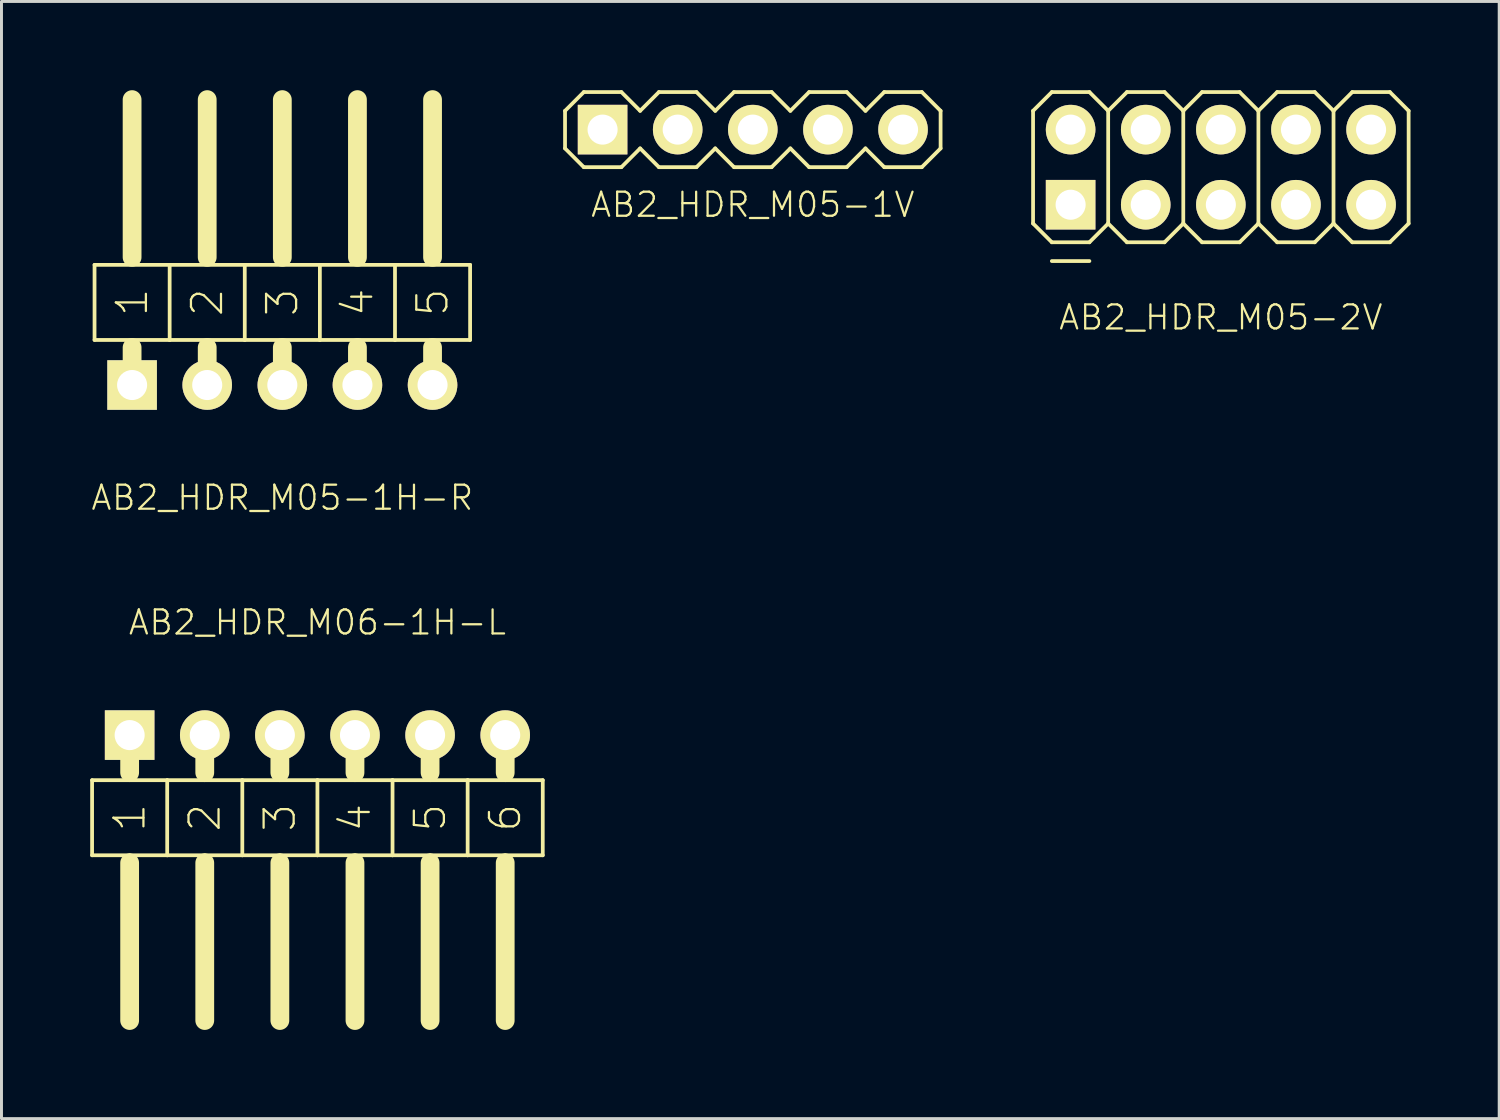
<source format=kicad_pcb>
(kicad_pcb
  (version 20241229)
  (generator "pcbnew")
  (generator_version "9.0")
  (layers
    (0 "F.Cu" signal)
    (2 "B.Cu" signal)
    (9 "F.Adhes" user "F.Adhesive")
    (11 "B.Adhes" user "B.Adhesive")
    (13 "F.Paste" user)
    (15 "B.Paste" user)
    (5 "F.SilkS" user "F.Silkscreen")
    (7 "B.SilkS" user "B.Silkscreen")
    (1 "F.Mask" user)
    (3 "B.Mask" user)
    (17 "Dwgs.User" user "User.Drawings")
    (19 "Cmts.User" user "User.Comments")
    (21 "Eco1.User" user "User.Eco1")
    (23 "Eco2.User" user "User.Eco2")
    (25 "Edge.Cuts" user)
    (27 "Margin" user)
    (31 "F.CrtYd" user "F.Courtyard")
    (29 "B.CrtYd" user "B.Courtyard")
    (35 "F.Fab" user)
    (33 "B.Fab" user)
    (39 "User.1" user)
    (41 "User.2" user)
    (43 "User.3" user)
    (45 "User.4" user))
  (footprint "AB2_HDR_M05-1V"
    (layer "F.Cu")
    (at 22.407 1.333)
    (property "Reference" "AB2_HDR_M05-1V" (at 0 2.54 0) (layer "F.SilkS") (effects (font (size 0.813 0.813) (thickness 0.076))))
    (attr through_hole)
    (fp_line (start -6.35 -0.635) (end -5.715 -1.27) (stroke (width 0.127) (type solid)) (layer "F.SilkS"))
    (fp_line (start -6.35 0.635) (end -6.35 -0.635) (stroke (width 0.127) (type solid)) (layer "F.SilkS"))
    (fp_line (start -5.715 -1.27) (end -4.445 -1.27) (stroke (width 0.127) (type solid)) (layer "F.SilkS"))
    (fp_line (start -5.715 1.27) (end -6.35 0.635) (stroke (width 0.127) (type solid)) (layer "F.SilkS"))
    (fp_line (start -4.445 -1.27) (end -3.81 -0.635) (stroke (width 0.127) (type solid)) (layer "F.SilkS"))
    (fp_line (start -4.445 1.27) (end -5.715 1.27) (stroke (width 0.127) (type solid)) (layer "F.SilkS"))
    (fp_line (start -3.81 -0.635) (end -3.175 -1.27) (stroke (width 0.127) (type solid)) (layer "F.SilkS"))
    (fp_line (start -3.81 0.635) (end -4.445 1.27) (stroke (width 0.127) (type solid)) (layer "F.SilkS"))
    (fp_line (start -3.175 -1.27) (end -1.905 -1.27) (stroke (width 0.127) (type solid)) (layer "F.SilkS"))
    (fp_line (start -3.175 1.27) (end -3.81 0.635) (stroke (width 0.127) (type solid)) (layer "F.SilkS"))
    (fp_line (start -1.905 -1.27) (end -1.27 -0.635) (stroke (width 0.127) (type solid)) (layer "F.SilkS"))
    (fp_line (start -1.905 1.27) (end -3.175 1.27) (stroke (width 0.127) (type solid)) (layer "F.SilkS"))
    (fp_line (start -1.27 -0.635) (end -0.635 -1.27) (stroke (width 0.127) (type solid)) (layer "F.SilkS"))
    (fp_line (start -1.27 0.635) (end -1.905 1.27) (stroke (width 0.127) (type solid)) (layer "F.SilkS"))
    (fp_line (start -0.635 -1.27) (end 0.635 -1.27) (stroke (width 0.127) (type solid)) (layer "F.SilkS"))
    (fp_line (start -0.635 1.27) (end -1.27 0.635) (stroke (width 0.127) (type solid)) (layer "F.SilkS"))
    (fp_line (start 0.635 -1.27) (end 1.27 -0.635) (stroke (width 0.127) (type solid)) (layer "F.SilkS"))
    (fp_line (start 0.635 1.27) (end -0.635 1.27) (stroke (width 0.127) (type solid)) (layer "F.SilkS"))
    (fp_line (start 1.27 -0.635) (end 1.905 -1.27) (stroke (width 0.127) (type solid)) (layer "F.SilkS"))
    (fp_line (start 1.27 0.635) (end 0.635 1.27) (stroke (width 0.127) (type solid)) (layer "F.SilkS"))
    (fp_line (start 1.905 -1.27) (end 3.175 -1.27) (stroke (width 0.127) (type solid)) (layer "F.SilkS"))
    (fp_line (start 1.905 1.27) (end 1.27 0.635) (stroke (width 0.127) (type solid)) (layer "F.SilkS"))
    (fp_line (start 3.175 -1.27) (end 3.81 -0.635) (stroke (width 0.127) (type solid)) (layer "F.SilkS"))
    (fp_line (start 3.175 1.27) (end 1.905 1.27) (stroke (width 0.127) (type solid)) (layer "F.SilkS"))
    (fp_line (start 3.81 -0.635) (end 4.445 -1.27) (stroke (width 0.127) (type solid)) (layer "F.SilkS"))
    (fp_line (start 3.81 0.635) (end 3.175 1.27) (stroke (width 0.127) (type solid)) (layer "F.SilkS"))
    (fp_line (start 4.445 -1.27) (end 5.715 -1.27) (stroke (width 0.127) (type solid)) (layer "F.SilkS"))
    (fp_line (start 4.445 1.27) (end 3.81 0.635) (stroke (width 0.127) (type solid)) (layer "F.SilkS"))
    (fp_line (start 5.715 -1.27) (end 6.35 -0.635) (stroke (width 0.127) (type solid)) (layer "F.SilkS"))
    (fp_line (start 5.715 1.27) (end 4.445 1.27) (stroke (width 0.127) (type solid)) (layer "F.SilkS"))
    (fp_line (start 6.35 -0.635) (end 6.35 0.635) (stroke (width 0.127) (type solid)) (layer "F.SilkS"))
    (fp_line (start 6.35 0.635) (end 5.715 1.27) (stroke (width 0.127) (type solid)) (layer "F.SilkS"))
    (pad "1" thru_hole rect (at -5.08 0) (size 1.676 1.676) (drill 1.016) (layers "*.Cu" "*.Mask" "F.SilkS"))
    (pad "2" thru_hole circle (at -2.54 0) (size 1.676 1.676) (drill 1.016) (layers "*.Cu" "*.Mask" "F.SilkS"))
    (pad "3" thru_hole circle (at 0 0) (size 1.676 1.676) (drill 1.016) (layers "*.Cu" "*.Mask" "F.SilkS"))
    (pad "4" thru_hole circle (at 2.54 0) (size 1.676 1.676) (drill 1.016) (layers "*.Cu" "*.Mask" "F.SilkS"))
    (pad "5" thru_hole circle (at 5.08 0) (size 1.676 1.676) (drill 1.016) (layers "*.Cu" "*.Mask" "F.SilkS")))
  (footprint "AB2_HDR_M05-2V"
    (layer "F.Cu")
    (at 38.234 2.603)
    (property "Reference" "AB2_HDR_M05-2V" (at 0 5.08 0) (layer "F.SilkS") (effects (font (size 0.813 0.813) (thickness 0.076))))
    (attr through_hole)
    (fp_line (start -6.35 -1.905) (end -5.715 -2.54) (stroke (width 0.127) (type solid)) (layer "F.SilkS"))
    (fp_line (start -6.35 1.905) (end -6.35 -1.905) (stroke (width 0.127) (type solid)) (layer "F.SilkS"))
    (fp_line (start -5.715 -2.54) (end -4.445 -2.54) (stroke (width 0.127) (type solid)) (layer "F.SilkS"))
    (fp_line (start -5.715 2.54) (end -6.35 1.905) (stroke (width 0.127) (type solid)) (layer "F.SilkS"))
    (fp_line (start -5.715 3.175) (end -4.445 3.175) (stroke (width 0.127) (type solid)) (layer "F.SilkS"))
    (fp_line (start -4.445 -2.54) (end -3.81 -1.905) (stroke (width 0.127) (type solid)) (layer "F.SilkS"))
    (fp_line (start -4.445 2.54) (end -5.715 2.54) (stroke (width 0.127) (type solid)) (layer "F.SilkS"))
    (fp_line (start -3.81 -1.905) (end -3.81 1.905) (stroke (width 0.127) (type solid)) (layer "F.SilkS"))
    (fp_line (start -3.81 -1.905) (end -3.175 -2.54) (stroke (width 0.127) (type solid)) (layer "F.SilkS"))
    (fp_line (start -3.81 1.905) (end -4.445 2.54) (stroke (width 0.127) (type solid)) (layer "F.SilkS"))
    (fp_line (start -3.175 -2.54) (end -1.905 -2.54) (stroke (width 0.127) (type solid)) (layer "F.SilkS"))
    (fp_line (start -3.175 2.54) (end -3.81 1.905) (stroke (width 0.127) (type solid)) (layer "F.SilkS"))
    (fp_line (start -1.905 -2.54) (end -1.27 -1.905) (stroke (width 0.127) (type solid)) (layer "F.SilkS"))
    (fp_line (start -1.905 2.54) (end -3.175 2.54) (stroke (width 0.127) (type solid)) (layer "F.SilkS"))
    (fp_line (start -1.27 -1.905) (end -1.27 1.905) (stroke (width 0.127) (type solid)) (layer "F.SilkS"))
    (fp_line (start -1.27 -1.905) (end -0.635 -2.54) (stroke (width 0.127) (type solid)) (layer "F.SilkS"))
    (fp_line (start -1.27 1.905) (end -1.905 2.54) (stroke (width 0.127) (type solid)) (layer "F.SilkS"))
    (fp_line (start -0.635 -2.54) (end 0.635 -2.54) (stroke (width 0.127) (type solid)) (layer "F.SilkS"))
    (fp_line (start -0.635 2.54) (end -1.27 1.905) (stroke (width 0.127) (type solid)) (layer "F.SilkS"))
    (fp_line (start 0.635 -2.54) (end 1.27 -1.905) (stroke (width 0.127) (type solid)) (layer "F.SilkS"))
    (fp_line (start 0.635 2.54) (end -0.635 2.54) (stroke (width 0.127) (type solid)) (layer "F.SilkS"))
    (fp_line (start 1.27 -1.905) (end 1.27 1.905) (stroke (width 0.127) (type solid)) (layer "F.SilkS"))
    (fp_line (start 1.27 -1.905) (end 1.905 -2.54) (stroke (width 0.127) (type solid)) (layer "F.SilkS"))
    (fp_line (start 1.27 1.905) (end 0.635 2.54) (stroke (width 0.127) (type solid)) (layer "F.SilkS"))
    (fp_line (start 1.905 -2.54) (end 3.175 -2.54) (stroke (width 0.127) (type solid)) (layer "F.SilkS"))
    (fp_line (start 1.905 2.54) (end 1.27 1.905) (stroke (width 0.127) (type solid)) (layer "F.SilkS"))
    (fp_line (start 3.175 -2.54) (end 3.81 -1.905) (stroke (width 0.127) (type solid)) (layer "F.SilkS"))
    (fp_line (start 3.175 2.54) (end 1.905 2.54) (stroke (width 0.127) (type solid)) (layer "F.SilkS"))
    (fp_line (start 3.81 -1.905) (end 3.81 1.905) (stroke (width 0.127) (type solid)) (layer "F.SilkS"))
    (fp_line (start 3.81 -1.905) (end 4.445 -2.54) (stroke (width 0.127) (type solid)) (layer "F.SilkS"))
    (fp_line (start 3.81 1.905) (end 3.175 2.54) (stroke (width 0.127) (type solid)) (layer "F.SilkS"))
    (fp_line (start 4.445 -2.54) (end 5.715 -2.54) (stroke (width 0.127) (type solid)) (layer "F.SilkS"))
    (fp_line (start 4.445 2.54) (end 3.81 1.905) (stroke (width 0.127) (type solid)) (layer "F.SilkS"))
    (fp_line (start 5.715 -2.54) (end 6.35 -1.905) (stroke (width 0.127) (type solid)) (layer "F.SilkS"))
    (fp_line (start 5.715 2.54) (end 4.445 2.54) (stroke (width 0.127) (type solid)) (layer "F.SilkS"))
    (fp_line (start 6.35 -1.905) (end 6.35 1.905) (stroke (width 0.127) (type solid)) (layer "F.SilkS"))
    (fp_line (start 6.35 1.905) (end 5.715 2.54) (stroke (width 0.127) (type solid)) (layer "F.SilkS"))
    (pad "1" thru_hole rect (at -5.08 1.27) (size 1.676 1.676) (drill 1.016) (layers "*.Cu" "*.Mask" "F.SilkS"))
    (pad "2" thru_hole circle (at -5.08 -1.27) (size 1.676 1.676) (drill 1.016) (layers "*.Cu" "*.Mask" "F.SilkS"))
    (pad "3" thru_hole circle (at -2.54 1.27) (size 1.676 1.676) (drill 1.016) (layers "*.Cu" "*.Mask" "F.SilkS"))
    (pad "4" thru_hole circle (at -2.54 -1.27) (size 1.676 1.676) (drill 1.016) (layers "*.Cu" "*.Mask" "F.SilkS"))
    (pad "5" thru_hole circle (at 0 1.27) (size 1.676 1.676) (drill 1.016) (layers "*.Cu" "*.Mask" "F.SilkS"))
    (pad "6" thru_hole circle (at 0 -1.27) (size 1.676 1.676) (drill 1.016) (layers "*.Cu" "*.Mask" "F.SilkS"))
    (pad "7" thru_hole circle (at 2.54 1.27) (size 1.676 1.676) (drill 1.016) (layers "*.Cu" "*.Mask" "F.SilkS"))
    (pad "8" thru_hole circle (at 2.54 -1.27) (size 1.676 1.676) (drill 1.016) (layers "*.Cu" "*.Mask" "F.SilkS"))
    (pad "9" thru_hole circle (at 5.08 1.27) (size 1.676 1.676) (drill 1.016) (layers "*.Cu" "*.Mask" "F.SilkS"))
    (pad "10" thru_hole circle (at 5.08 -1.27) (size 1.676 1.676) (drill 1.016) (layers "*.Cu" "*.Mask" "F.SilkS")))
  (footprint "AB2_HDR_M05-1H-R"
    (layer "F.Cu")
    (at 6.497 9.97)
    (property "Reference" "AB2_HDR_M05-1H-R" (at 0 3.81 0) (layer "F.SilkS") (effects (font (size 0.813 0.813) (thickness 0.076))))
    (attr through_hole)
    (fp_line (start -6.35 -4.064) (end -6.35 -1.524) (stroke (width 0.127) (type solid)) (layer "F.SilkS"))
    (fp_line (start -6.35 -1.524) (end -5.08 -1.524) (stroke (width 0.127) (type solid)) (layer "F.SilkS"))
    (fp_line (start -5.08 -4.318) (end -5.08 -9.652) (stroke (width 0.635) (type solid)) (layer "F.SilkS"))
    (fp_line (start -5.08 -1.524) (end -3.81 -1.524) (stroke (width 0.127) (type solid)) (layer "F.SilkS"))
    (fp_line (start -5.08 -1.27) (end -5.08 0) (stroke (width 0.635) (type solid)) (layer "F.SilkS"))
    (fp_line (start -3.81 -4.064) (end -6.35 -4.064) (stroke (width 0.127) (type solid)) (layer "F.SilkS"))
    (fp_line (start -3.81 -1.524) (end -3.81 -4.064) (stroke (width 0.127) (type solid)) (layer "F.SilkS"))
    (fp_line (start -3.81 -1.524) (end -2.54 -1.524) (stroke (width 0.127) (type solid)) (layer "F.SilkS"))
    (fp_line (start -2.54 -4.318) (end -2.54 -9.652) (stroke (width 0.635) (type solid)) (layer "F.SilkS"))
    (fp_line (start -2.54 -1.524) (end -1.27 -1.524) (stroke (width 0.127) (type solid)) (layer "F.SilkS"))
    (fp_line (start -2.54 -1.27) (end -2.54 0) (stroke (width 0.635) (type solid)) (layer "F.SilkS"))
    (fp_line (start -1.27 -4.064) (end -3.81 -4.064) (stroke (width 0.127) (type solid)) (layer "F.SilkS"))
    (fp_line (start -1.27 -1.524) (end -1.27 -4.064) (stroke (width 0.127) (type solid)) (layer "F.SilkS"))
    (fp_line (start -1.27 -1.524) (end 0 -1.524) (stroke (width 0.127) (type solid)) (layer "F.SilkS"))
    (fp_line (start 0 -4.318) (end 0 -9.652) (stroke (width 0.635) (type solid)) (layer "F.SilkS"))
    (fp_line (start 0 -1.524) (end 1.27 -1.524) (stroke (width 0.127) (type solid)) (layer "F.SilkS"))
    (fp_line (start 0 -1.27) (end 0 0) (stroke (width 0.635) (type solid)) (layer "F.SilkS"))
    (fp_line (start 1.27 -4.064) (end -1.27 -4.064) (stroke (width 0.127) (type solid)) (layer "F.SilkS"))
    (fp_line (start 1.27 -1.524) (end 1.27 -4.064) (stroke (width 0.127) (type solid)) (layer "F.SilkS"))
    (fp_line (start 1.27 -1.524) (end 2.54 -1.524) (stroke (width 0.127) (type solid)) (layer "F.SilkS"))
    (fp_line (start 2.54 -4.318) (end 2.54 -9.652) (stroke (width 0.635) (type solid)) (layer "F.SilkS"))
    (fp_line (start 2.54 -1.524) (end 3.81 -1.524) (stroke (width 0.127) (type solid)) (layer "F.SilkS"))
    (fp_line (start 2.54 -1.27) (end 2.54 0) (stroke (width 0.635) (type solid)) (layer "F.SilkS"))
    (fp_line (start 3.81 -4.064) (end 1.27 -4.064) (stroke (width 0.127) (type solid)) (layer "F.SilkS"))
    (fp_line (start 3.81 -1.524) (end 3.81 -4.064) (stroke (width 0.127) (type solid)) (layer "F.SilkS"))
    (fp_line (start 3.81 -1.524) (end 5.08 -1.524) (stroke (width 0.127) (type solid)) (layer "F.SilkS"))
    (fp_line (start 5.08 -4.318) (end 5.08 -9.652) (stroke (width 0.635) (type solid)) (layer "F.SilkS"))
    (fp_line (start 5.08 -1.524) (end 6.35 -1.524) (stroke (width 0.127) (type solid)) (layer "F.SilkS"))
    (fp_line (start 5.08 -1.27) (end 5.08 0) (stroke (width 0.635) (type solid)) (layer "F.SilkS"))
    (fp_line (start 6.35 -4.064) (end 3.81 -4.064) (stroke (width 0.127) (type solid)) (layer "F.SilkS"))
    (fp_line (start 6.35 -1.524) (end 6.35 -4.064) (stroke (width 0.127) (type solid)) (layer "F.SilkS"))
    (fp_text user "4" (at 2.54 -2.794 90) (layer "F.SilkS") (effects (font (size 1.016 1.016) (thickness 0.076))))
    (fp_text user "5" (at 5.08 -2.794 90) (layer "F.SilkS") (effects (font (size 1.016 1.016) (thickness 0.076))))
    (fp_text user "1" (at -5.08 -2.794 270) (layer "F.SilkS") (effects (font (size 1.016 1.016) (thickness 0.076))))
    (fp_text user "2" (at -2.54 -2.794 90) (layer "F.SilkS") (effects (font (size 1.016 1.016) (thickness 0.076))))
    (fp_text user "3" (at 0 -2.794 90) (layer "F.SilkS") (effects (font (size 1.016 1.016) (thickness 0.076))))
    (pad "1" thru_hole rect (at -5.08 0) (size 1.676 1.676) (drill 1.016) (layers "*.Cu" "*.Mask" "F.SilkS"))
    (pad "2" thru_hole circle (at -2.54 0) (size 1.676 1.676) (drill 1.016) (layers "*.Cu" "*.Mask" "F.SilkS"))
    (pad "3" thru_hole circle (at 0 0) (size 1.676 1.676) (drill 1.016) (layers "*.Cu" "*.Mask" "F.SilkS"))
    (pad "4" thru_hole circle (at 2.54 0) (size 1.676 1.676) (drill 1.016) (layers "*.Cu" "*.Mask" "F.SilkS"))
    (pad "5" thru_hole circle (at 5.08 0) (size 1.676 1.676) (drill 1.016) (layers "*.Cu" "*.Mask" "F.SilkS")))
  (footprint "AB2_HDR_M06-1H-L"
    (layer "F.Cu")
    (at 7.684 21.808)
    (property "Reference" "AB2_HDR_M06-1H-L" (at 0 -3.81 0) (layer "F.SilkS") (effects (font (size 0.813 0.813) (thickness 0.076))))
    (attr through_hole)
    (fp_line (start -7.62 1.524) (end -7.62 4.064) (stroke (width 0.127) (type solid)) (layer "F.SilkS"))
    (fp_line (start -7.62 4.064) (end -6.35 4.064) (stroke (width 0.127) (type solid)) (layer "F.SilkS"))
    (fp_line (start -6.35 0) (end -6.35 1.27) (stroke (width 0.635) (type solid)) (layer "F.SilkS"))
    (fp_line (start -6.35 1.524) (end -7.62 1.524) (stroke (width 0.127) (type solid)) (layer "F.SilkS"))
    (fp_line (start -6.35 4.064) (end -5.08 4.064) (stroke (width 0.127) (type solid)) (layer "F.SilkS"))
    (fp_line (start -6.35 4.318) (end -6.35 9.652) (stroke (width 0.635) (type solid)) (layer "F.SilkS"))
    (fp_line (start -5.08 1.524) (end -6.35 1.524) (stroke (width 0.127) (type solid)) (layer "F.SilkS"))
    (fp_line (start -5.08 4.064) (end -5.08 1.524) (stroke (width 0.127) (type solid)) (layer "F.SilkS"))
    (fp_line (start -5.08 4.064) (end -3.81 4.064) (stroke (width 0.127) (type solid)) (layer "F.SilkS"))
    (fp_line (start -3.81 0) (end -3.81 1.27) (stroke (width 0.635) (type solid)) (layer "F.SilkS"))
    (fp_line (start -3.81 1.524) (end -5.08 1.524) (stroke (width 0.127) (type solid)) (layer "F.SilkS"))
    (fp_line (start -3.81 4.064) (end -2.54 4.064) (stroke (width 0.127) (type solid)) (layer "F.SilkS"))
    (fp_line (start -3.81 4.318) (end -3.81 9.652) (stroke (width 0.635) (type solid)) (layer "F.SilkS"))
    (fp_line (start -2.54 1.524) (end -3.81 1.524) (stroke (width 0.127) (type solid)) (layer "F.SilkS"))
    (fp_line (start -2.54 4.064) (end -2.54 1.524) (stroke (width 0.127) (type solid)) (layer "F.SilkS"))
    (fp_line (start -2.54 4.064) (end -1.27 4.064) (stroke (width 0.127) (type solid)) (layer "F.SilkS"))
    (fp_line (start -1.27 0) (end -1.27 1.27) (stroke (width 0.635) (type solid)) (layer "F.SilkS"))
    (fp_line (start -1.27 1.524) (end -2.54 1.524) (stroke (width 0.127) (type solid)) (layer "F.SilkS"))
    (fp_line (start -1.27 4.064) (end 0 4.064) (stroke (width 0.127) (type solid)) (layer "F.SilkS"))
    (fp_line (start -1.27 4.318) (end -1.27 9.652) (stroke (width 0.635) (type solid)) (layer "F.SilkS"))
    (fp_line (start 0 1.524) (end -1.27 1.524) (stroke (width 0.127) (type solid)) (layer "F.SilkS"))
    (fp_line (start 0 4.064) (end 0 1.524) (stroke (width 0.127) (type solid)) (layer "F.SilkS"))
    (fp_line (start 0 4.064) (end 1.27 4.064) (stroke (width 0.127) (type solid)) (layer "F.SilkS"))
    (fp_line (start 1.27 0) (end 1.27 1.27) (stroke (width 0.635) (type solid)) (layer "F.SilkS"))
    (fp_line (start 1.27 1.524) (end 0 1.524) (stroke (width 0.127) (type solid)) (layer "F.SilkS"))
    (fp_line (start 1.27 4.064) (end 2.54 4.064) (stroke (width 0.127) (type solid)) (layer "F.SilkS"))
    (fp_line (start 1.27 4.318) (end 1.27 9.652) (stroke (width 0.635) (type solid)) (layer "F.SilkS"))
    (fp_line (start 2.54 1.524) (end 1.27 1.524) (stroke (width 0.127) (type solid)) (layer "F.SilkS"))
    (fp_line (start 2.54 4.064) (end 2.54 1.524) (stroke (width 0.127) (type solid)) (layer "F.SilkS"))
    (fp_line (start 2.54 4.064) (end 3.81 4.064) (stroke (width 0.127) (type solid)) (layer "F.SilkS"))
    (fp_line (start 3.81 0) (end 3.81 1.27) (stroke (width 0.635) (type solid)) (layer "F.SilkS"))
    (fp_line (start 3.81 1.524) (end 2.54 1.524) (stroke (width 0.127) (type solid)) (layer "F.SilkS"))
    (fp_line (start 3.81 4.064) (end 5.08 4.064) (stroke (width 0.127) (type solid)) (layer "F.SilkS"))
    (fp_line (start 3.81 4.318) (end 3.81 9.652) (stroke (width 0.635) (type solid)) (layer "F.SilkS"))
    (fp_line (start 5.08 1.524) (end 3.81 1.524) (stroke (width 0.127) (type solid)) (layer "F.SilkS"))
    (fp_line (start 5.08 4.064) (end 5.08 1.524) (stroke (width 0.127) (type solid)) (layer "F.SilkS"))
    (fp_line (start 5.08 4.064) (end 6.35 4.064) (stroke (width 0.127) (type solid)) (layer "F.SilkS"))
    (fp_line (start 6.35 0) (end 6.35 1.27) (stroke (width 0.635) (type solid)) (layer "F.SilkS"))
    (fp_line (start 6.35 1.524) (end 5.08 1.524) (stroke (width 0.127) (type solid)) (layer "F.SilkS"))
    (fp_line (start 6.35 4.064) (end 7.62 4.064) (stroke (width 0.127) (type solid)) (layer "F.SilkS"))
    (fp_line (start 6.35 4.318) (end 6.35 9.652) (stroke (width 0.635) (type solid)) (layer "F.SilkS"))
    (fp_line (start 7.62 1.524) (end 6.35 1.524) (stroke (width 0.127) (type solid)) (layer "F.SilkS"))
    (fp_line (start 7.62 4.064) (end 7.62 1.524) (stroke (width 0.127) (type solid)) (layer "F.SilkS"))
    (fp_text user "4" (at 1.27 2.794 90) (layer "F.SilkS") (effects (font (size 1.016 1.016) (thickness 0.076))))
    (fp_text user "3" (at -1.27 2.794 90) (layer "F.SilkS") (effects (font (size 1.016 1.016) (thickness 0.076))))
    (fp_text user "2" (at -3.81 2.794 90) (layer "F.SilkS") (effects (font (size 1.016 1.016) (thickness 0.076))))
    (fp_text user "6" (at 6.35 2.794 90) (layer "F.SilkS") (effects (font (size 1.016 1.016) (thickness 0.076))))
    (fp_text user "5" (at 3.81 2.794 90) (layer "F.SilkS") (effects (font (size 1.016 1.016) (thickness 0.076))))
    (fp_text user "1" (at -6.35 2.794 90) (layer "F.SilkS") (effects (font (size 1.016 1.016) (thickness 0.076))))
    (pad "1" thru_hole rect (at -6.35 0) (size 1.676 1.676) (drill 1.016) (layers "*.Cu" "*.Mask" "F.SilkS"))
    (pad "2" thru_hole circle (at -3.81 0) (size 1.676 1.676) (drill 1.016) (layers "*.Cu" "*.Mask" "F.SilkS"))
    (pad "3" thru_hole circle (at -1.27 0) (size 1.676 1.676) (drill 1.016) (layers "*.Cu" "*.Mask" "F.SilkS"))
    (pad "4" thru_hole circle (at 1.27 0) (size 1.676 1.676) (drill 1.016) (layers "*.Cu" "*.Mask" "F.SilkS"))
    (pad "5" thru_hole circle (at 3.81 0) (size 1.676 1.676) (drill 1.016) (layers "*.Cu" "*.Mask" "F.SilkS"))
    (pad "6" thru_hole circle (at 6.35 0) (size 1.676 1.676) (drill 1.016) (layers "*.Cu" "*.Mask" "F.SilkS")))
  (gr_rect
    (start -3 -3)
    (end 47.647 34.777)
    (stroke (width 0.1) (type default))
    (fill no)
    (layer "Edge.Cuts")))
</source>
